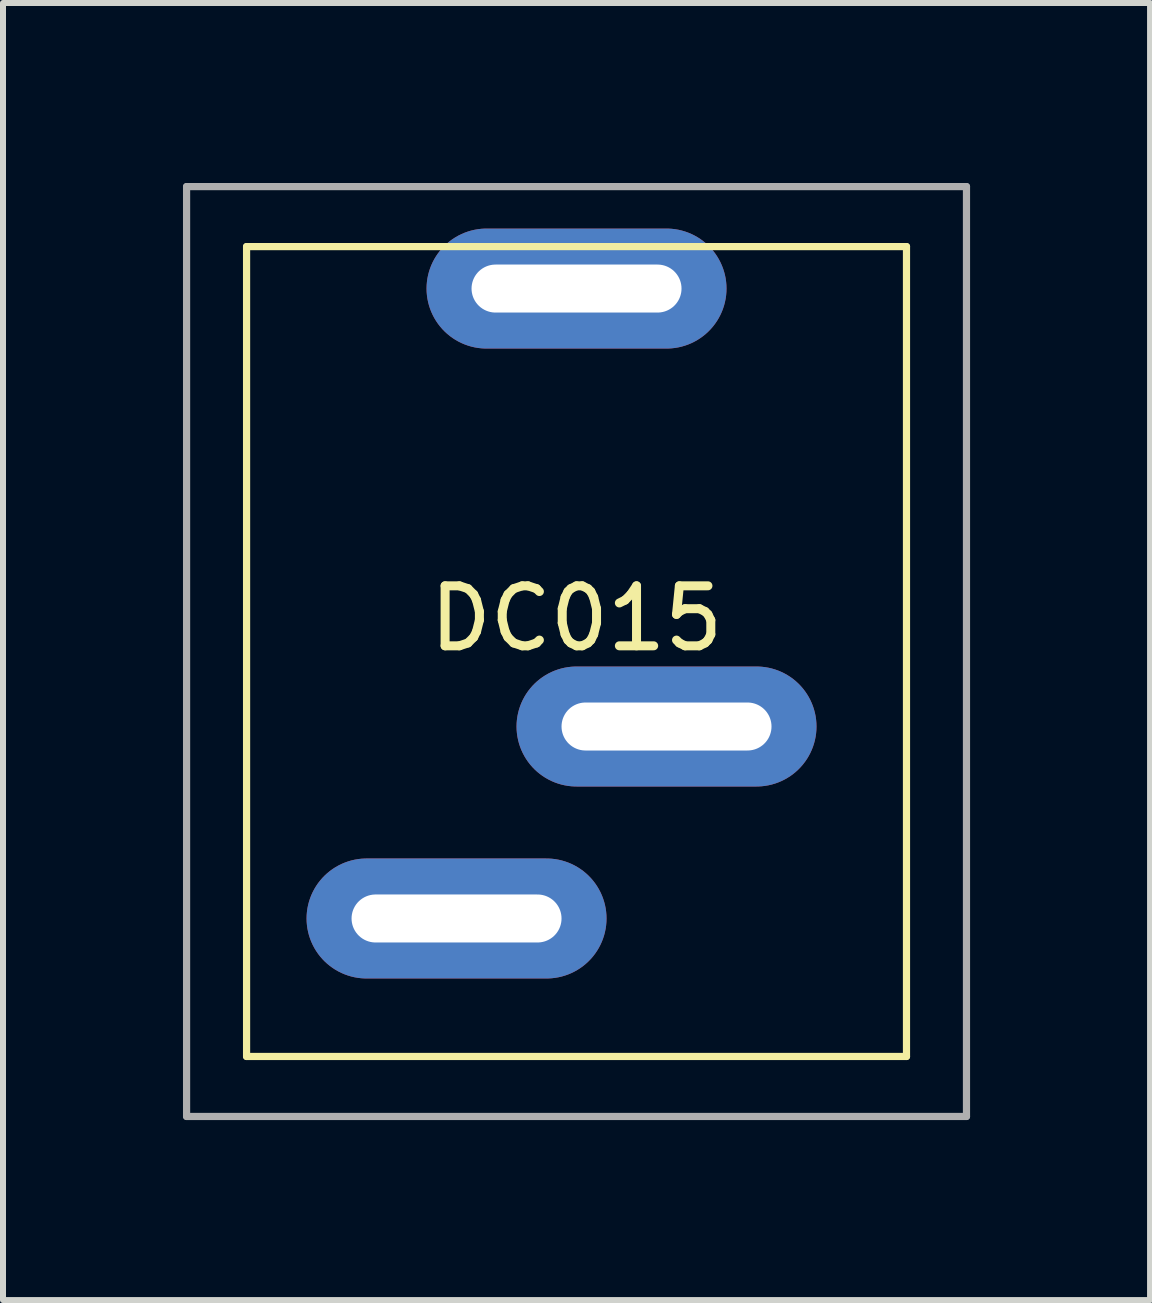
<source format=kicad_pcb>
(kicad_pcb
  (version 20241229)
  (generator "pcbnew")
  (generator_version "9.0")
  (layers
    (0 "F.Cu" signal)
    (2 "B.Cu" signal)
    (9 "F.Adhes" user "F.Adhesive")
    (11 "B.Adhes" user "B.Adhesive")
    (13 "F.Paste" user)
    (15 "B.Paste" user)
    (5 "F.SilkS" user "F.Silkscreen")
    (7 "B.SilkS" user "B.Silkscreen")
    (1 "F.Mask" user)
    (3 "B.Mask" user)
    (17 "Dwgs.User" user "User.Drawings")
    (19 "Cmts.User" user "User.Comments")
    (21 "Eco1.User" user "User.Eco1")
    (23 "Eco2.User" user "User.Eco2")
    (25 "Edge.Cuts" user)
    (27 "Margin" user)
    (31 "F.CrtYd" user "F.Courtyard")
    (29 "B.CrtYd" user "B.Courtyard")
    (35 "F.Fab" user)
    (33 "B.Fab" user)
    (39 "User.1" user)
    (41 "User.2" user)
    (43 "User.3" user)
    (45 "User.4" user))
  (footprint "DC015"
    (layer "F.Cu")
    (at 6.56 5.76)
    (property "Reference" "DC015" (at 0 1.5 0) (layer "F.SilkS") (effects (font (size 1 1) (thickness 0.15))))
    (attr through_hole)
    (fp_line (start -5.5 -4.7) (end 5.5 -4.7) (stroke (width 0.12) (type solid)) (layer "F.SilkS"))
    (fp_line (start -5.5 8.8) (end -5.5 -4.7) (stroke (width 0.12) (type solid)) (layer "F.SilkS"))
    (fp_line (start 5.5 -4.7) (end 5.5 8.8) (stroke (width 0.12) (type solid)) (layer "F.SilkS"))
    (fp_line (start 5.5 8.8) (end -5.5 8.8) (stroke (width 0.12) (type solid)) (layer "F.SilkS"))
    (fp_line (start -6.5 -5.7) (end 6.5 -5.7) (stroke (width 0.12) (type solid)) (layer "F.Fab"))
    (fp_line (start -6.5 9.8) (end -6.5 -5.7) (stroke (width 0.12) (type solid)) (layer "F.Fab"))
    (fp_line (start 6.5 -5.7) (end 6.5 9.8) (stroke (width 0.12) (type solid)) (layer "F.Fab"))
    (fp_line (start 6.5 9.8) (end -6.5 9.8) (stroke (width 0.12) (type solid)) (layer "F.Fab"))
    (pad "1" thru_hole oval (at 0 -4) (size 5 2) (drill oval 3.5 0.8) (layers "*.Cu" "*.Mask"))
    (pad "2" thru_hole oval (at -2 6.5) (size 5 2) (drill oval 3.5 0.8) (layers "*.Cu" "*.Mask"))
    (pad "3" thru_hole oval (at 1.5 3.3) (size 5 2) (drill oval 3.5 0.8) (layers "*.Cu" "*.Mask")))
  (gr_rect
    (start -3 -3)
    (end 16.12 18.62)
    (stroke (width 0.1) (type default))
    (fill no)
    (layer "Edge.Cuts")))
</source>
